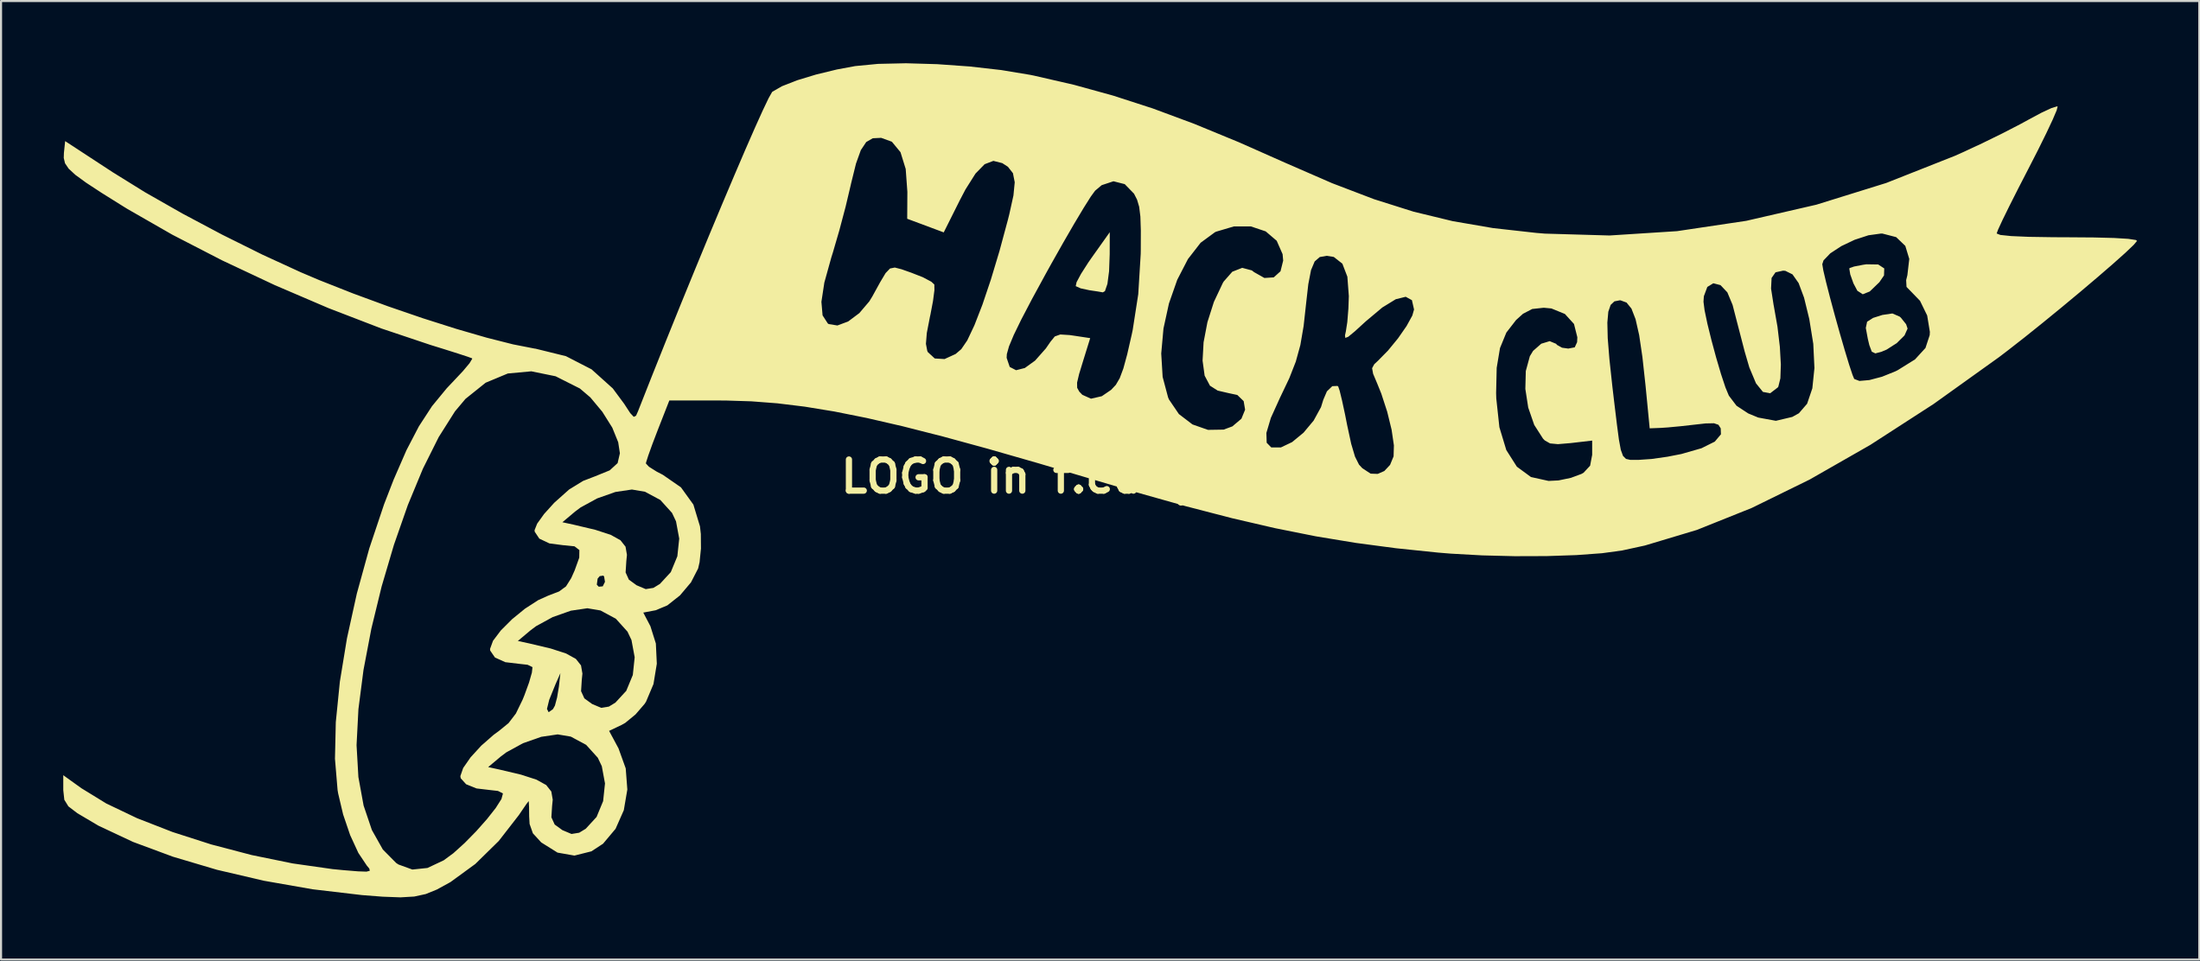
<source format=kicad_pcb>
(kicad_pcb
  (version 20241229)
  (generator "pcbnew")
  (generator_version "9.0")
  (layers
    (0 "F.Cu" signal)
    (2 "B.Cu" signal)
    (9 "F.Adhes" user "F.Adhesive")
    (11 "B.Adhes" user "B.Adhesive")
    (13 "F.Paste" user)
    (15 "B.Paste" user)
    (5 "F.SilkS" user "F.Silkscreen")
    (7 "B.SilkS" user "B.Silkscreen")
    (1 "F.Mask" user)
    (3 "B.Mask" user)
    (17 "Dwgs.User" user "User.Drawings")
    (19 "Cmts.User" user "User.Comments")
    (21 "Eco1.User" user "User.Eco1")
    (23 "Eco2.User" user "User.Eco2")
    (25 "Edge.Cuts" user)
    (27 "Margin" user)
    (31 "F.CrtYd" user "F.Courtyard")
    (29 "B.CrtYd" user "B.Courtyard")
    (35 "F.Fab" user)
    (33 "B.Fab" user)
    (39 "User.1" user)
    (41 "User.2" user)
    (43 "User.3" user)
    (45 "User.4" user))
  (footprint "LOGO in f.cu (copper)"
    (layer "F.Cu")
    (at 50.085 19.927)
    (property "Reference" "LOGO in f.cu (copper)" (at 0 0 0) (layer "F.SilkS") (effects (font (size 1.5 1.5) (thickness 0.3))))
    (attr board_only exclude_from_pos_files exclude_from_bom)
    (fp_poly (pts (xy 0.355 -10.721) (xy 0.325 -9.9) (xy 0.245 -9.288) (xy 0.125 -8.939) (xy 0.024 -8.881) (xy -0.218 -8.923) (xy -0.626 -8.984) (xy -1.047 -9.075) (xy -1.283 -9.181) (xy -1.242 -9.371) (xy -1.027 -9.773) (xy -0.681 -10.314) (xy -0.523 -10.542) (xy 0.358 -11.782)) (stroke (width 0) (type solid)) (fill yes) (layer "F.SilkS"))
    (fp_poly (pts (xy 37.399 -10.225) (xy 37.69 -10.035) (xy 37.679 -9.698) (xy 37.453 -9.368) (xy 36.99 -8.923) (xy 36.654 -8.788) (xy 36.393 -8.959) (xy 36.206 -9.312) (xy 36.052 -9.745) (xy 36.006 -10.019) (xy 36.018 -10.051) (xy 36.233 -10.126) (xy 36.668 -10.21) (xy 36.83 -10.234)) (stroke (width 0) (type solid)) (fill yes) (layer "F.SilkS"))
    (fp_poly (pts (xy 38.429 -7.714) (xy 38.491 -7.661) (xy 38.744 -7.344) (xy 38.815 -7.134) (xy 38.667 -6.805) (xy 38.294 -6.435) (xy 37.802 -6.12) (xy 37.565 -6.02) (xy 37.262 -5.938) (xy 37.09 -6.019) (xy 36.971 -6.335) (xy 36.898 -6.641) (xy 36.801 -7.165) (xy 36.864 -7.465) (xy 37.154 -7.65) (xy 37.603 -7.792) (xy 38.082 -7.863)) (stroke (width 0) (type solid)) (fill yes) (layer "F.SilkS"))
    (fp_poly (pts (xy -7.958 -19.883) (xy -6.395 -19.772) (xy -4.869 -19.599) (xy -3.478 -19.368) (xy -3.309 -19.334) (xy -1.368 -18.888) (xy 0.521 -18.367) (xy 2.429 -17.749) (xy 4.427 -17.007) (xy 6.585 -16.118) (xy 8.854 -15.112) (xy 11.075 -14.145) (xy 13.097 -13.373) (xy 15.007 -12.77) (xy 16.889 -12.314) (xy 18.831 -11.98) (xy 20.918 -11.747) (xy 21.331 -11.713) (xy 24.449 -11.623) (xy 27.702 -11.832) (xy 31.041 -12.33) (xy 34.418 -13.108) (xy 37.785 -14.155) (xy 41.093 -15.463) (xy 41.494 -15.642) (xy 42.418 -16.072) (xy 43.377 -16.542) (xy 44.234 -16.984) (xy 44.669 -17.221) (xy 45.268 -17.542) (xy 45.743 -17.763) (xy 46.016 -17.848) (xy 46.047 -17.841) (xy 46.001 -17.658) (xy 45.81 -17.21) (xy 45.5 -16.55) (xy 45.094 -15.728) (xy 44.629 -14.821) (xy 44.146 -13.884) (xy 43.726 -13.052) (xy 43.395 -12.378) (xy 43.181 -11.915) (xy 43.108 -11.72) (xy 43.285 -11.649) (xy 43.805 -11.595) (xy 44.656 -11.558) (xy 45.824 -11.54) (xy 46.522 -11.537) (xy 47.782 -11.528) (xy 48.767 -11.503) (xy 49.453 -11.461) (xy 49.82 -11.405) (xy 49.876 -11.362) (xy 49.713 -11.169) (xy 49.315 -10.79) (xy 48.725 -10.263) (xy 47.988 -9.625) (xy 47.149 -8.914) (xy 46.251 -8.167) (xy 45.339 -7.421) (xy 44.457 -6.713) (xy 43.649 -6.082) (xy 43.224 -5.758) (xy 40.065 -3.496) (xy 37.019 -1.527) (xy 34.096 0.144) (xy 31.305 1.513) (xy 28.654 2.575) (xy 26.154 3.325) (xy 25.046 3.566) (xy 24.084 3.697) (xy 22.847 3.787) (xy 21.419 3.835) (xy 19.881 3.84) (xy 18.314 3.801) (xy 16.802 3.717) (xy 16.188 3.667) (xy 14.16 3.457) (xy 12.215 3.199) (xy 10.289 2.881) (xy 8.322 2.488) (xy 6.252 2.008) (xy 4.018 1.429) (xy 1.558 0.736) (xy -0.358 0.169) (xy -3.098 -0.645) (xy -5.535 -1.344) (xy -7.702 -1.936) (xy -8.364 -2.104) (xy 7.908 -2.104) (xy 7.922 -1.631) (xy 8.142 -1.405) (xy 8.605 -1.403) (xy 9.147 -1.661) (xy 9.697 -2.114) (xy 10.185 -2.698) (xy 10.54 -3.346) (xy 10.651 -3.702) (xy 10.825 -4.108) (xy 11.084 -4.358) (xy 11.335 -4.369) (xy 11.371 -4.34) (xy 11.44 -4.138) (xy 11.555 -3.664) (xy 11.699 -2.996) (xy 11.8 -2.485) (xy 11.996 -1.577) (xy 12.179 -0.961) (xy 12.373 -0.574) (xy 12.531 -0.404) (xy 12.932 -0.14) (xy 13.274 -0.128) (xy 13.592 -0.267) (xy 13.869 -0.562) (xy 14.039 -0.974) (xy 14.054 -1.503) (xy 13.944 -2.255) (xy 13.732 -3.123) (xy 13.444 -4.006) (xy 13.436 -4.025) (xy 18.981 -4.025) (xy 18.989 -3.767) (xy 19.139 -2.378) (xy 19.472 -1.278) (xy 19.981 -0.476) (xy 20.661 0.023) (xy 21.509 0.211) (xy 21.99 0.187) (xy 22.584 0.063) (xy 23.092 -0.125) (xy 23.197 -0.184) (xy 23.512 -0.523) (xy 23.611 -1.047) (xy 23.611 -1.095) (xy 23.611 -1.734) (xy 22.577 -1.614) (xy 21.959 -1.562) (xy 21.581 -1.598) (xy 21.33 -1.739) (xy 21.243 -1.827) (xy 20.818 -2.49) (xy 20.529 -3.325) (xy 20.39 -4.226) (xy 20.412 -5.087) (xy 20.607 -5.802) (xy 20.762 -6.058) (xy 21.157 -6.405) (xy 21.564 -6.528) (xy 21.875 -6.4) (xy 21.912 -6.35) (xy 22.159 -6.212) (xy 22.459 -6.171) (xy 22.77 -6.23) (xy 22.885 -6.478) (xy 22.896 -6.716) (xy 22.735 -7.357) (xy 22.674 -7.424) (xy 24.343 -7.424) (xy 24.361 -6.672) (xy 24.443 -5.656) (xy 24.585 -4.34) (xy 24.675 -3.577) (xy 24.802 -2.529) (xy 24.9 -1.784) (xy 24.991 -1.29) (xy 25.098 -0.996) (xy 25.242 -0.851) (xy 25.446 -0.804) (xy 25.732 -0.804) (xy 25.865 -0.805) (xy 26.47 -0.847) (xy 27.24 -0.956) (xy 27.911 -1.087) (xy 28.883 -1.366) (xy 29.521 -1.684) (xy 29.818 -2.036) (xy 29.808 -2.323) (xy 29.699 -2.495) (xy 29.484 -2.57) (xy 29.075 -2.561) (xy 28.571 -2.505) (xy 27.879 -2.427) (xy 27.251 -2.368) (xy 26.92 -2.346) (xy 26.384 -2.325) (xy 26.184 -4.382) (xy 26.033 -5.763) (xy 25.877 -6.819) (xy 25.703 -7.587) (xy 25.504 -8.099) (xy 25.267 -8.39) (xy 25.16 -8.429) (xy 28.977 -8.429) (xy 29.029 -8.021) (xy 29.165 -7.37) (xy 29.361 -6.575) (xy 29.589 -5.731) (xy 29.823 -4.938) (xy 30.037 -4.292) (xy 30.2 -3.901) (xy 30.569 -3.414) (xy 31.133 -3.044) (xy 31.614 -2.845) (xy 32.467 -2.688) (xy 33.257 -2.875) (xy 33.575 -3.051) (xy 33.972 -3.511) (xy 34.224 -4.254) (xy 34.325 -5.232) (xy 34.269 -6.399) (xy 34.076 -7.597) (xy 33.825 -8.624) (xy 33.562 -9.329) (xy 33.267 -9.748) (xy 32.922 -9.919) (xy 32.813 -9.927) (xy 32.449 -9.847) (xy 32.26 -9.575) (xy 32.234 -9.065) (xy 32.357 -8.272) (xy 32.363 -8.245) (xy 32.543 -7.226) (xy 32.658 -6.254) (xy 32.706 -5.399) (xy 32.683 -4.736) (xy 32.585 -4.336) (xy 32.559 -4.297) (xy 32.192 -4.016) (xy 31.842 -4.081) (xy 31.508 -4.495) (xy 31.186 -5.262) (xy 30.962 -6.028) (xy 30.755 -6.827) (xy 30.555 -7.597) (xy 30.401 -8.194) (xy 30.378 -8.28) (xy 30.127 -8.881) (xy 29.796 -9.23) (xy 29.451 -9.319) (xy 29.162 -9.143) (xy 28.995 -8.693) (xy 28.977 -8.429) (xy 25.16 -8.429) (xy 24.982 -8.495) (xy 24.935 -8.496) (xy 24.683 -8.447) (xy 24.502 -8.276) (xy 24.389 -7.946) (xy 24.343 -7.424) (xy 22.674 -7.424) (xy 22.297 -7.839) (xy 21.646 -8.105) (xy 21.276 -8.139) (xy 20.721 -8.079) (xy 20.277 -7.848) (xy 19.943 -7.547) (xy 19.474 -6.941) (xy 19.168 -6.194) (xy 19.009 -5.242) (xy 18.981 -4.025) (xy 13.436 -4.025) (xy 13.25 -4.484) (xy 13.052 -4.955) (xy 13.003 -5.224) (xy 13.107 -5.416) (xy 13.279 -5.576) (xy 13.768 -6.073) (xy 14.252 -6.663) (xy 14.664 -7.256) (xy 14.942 -7.762) (xy 15.025 -8.055) (xy 14.923 -8.504) (xy 14.624 -8.668) (xy 14.143 -8.549) (xy 13.495 -8.151) (xy 12.698 -7.482) (xy 12.17 -7) (xy 11.856 -6.741) (xy 11.713 -6.684) (xy 11.696 -6.806) (xy 11.737 -6.992) (xy 11.808 -7.447) (xy 11.861 -8.104) (xy 11.882 -8.7) (xy 11.811 -9.636) (xy 11.58 -10.238) (xy 34.703 -10.238) (xy 34.752 -9.943) (xy 34.883 -9.385) (xy 35.073 -8.643) (xy 35.301 -7.795) (xy 35.546 -6.918) (xy 35.786 -6.091) (xy 35.998 -5.392) (xy 36.162 -4.899) (xy 36.243 -4.705) (xy 36.494 -4.61) (xy 36.972 -4.652) (xy 37.582 -4.813) (xy 38.229 -5.074) (xy 38.339 -5.129) (xy 39.173 -5.648) (xy 39.677 -6.199) (xy 39.881 -6.818) (xy 39.889 -6.977) (xy 39.759 -7.766) (xy 39.414 -8.473) (xy 38.999 -8.902) (xy 38.764 -9.143) (xy 38.746 -9.471) (xy 38.805 -9.71) (xy 38.896 -10.493) (xy 38.705 -11.121) (xy 38.264 -11.544) (xy 37.603 -11.715) (xy 37.531 -11.716) (xy 36.929 -11.633) (xy 36.261 -11.415) (xy 35.618 -11.109) (xy 35.089 -10.762) (xy 34.763 -10.422) (xy 34.703 -10.238) (xy 11.58 -10.238) (xy 11.571 -10.263) (xy 11.156 -10.589) (xy 10.816 -10.643) (xy 10.48 -10.584) (xy 10.235 -10.371) (xy 10.059 -9.952) (xy 9.928 -9.275) (xy 9.829 -8.405) (xy 9.702 -7.254) (xy 9.545 -6.34) (xy 9.326 -5.543) (xy 9.012 -4.741) (xy 8.57 -3.813) (xy 8.569 -3.812) (xy 8.123 -2.827) (xy 7.908 -2.104) (xy -8.364 -2.104) (xy -9.634 -2.427) (xy -11.362 -2.825) (xy -12.921 -3.137) (xy -14.344 -3.37) (xy -15.664 -3.531) (xy -16.915 -3.627) (xy -18.131 -3.665) (xy -18.418 -3.667) (xy -20.872 -3.667) (xy -21.437 -2.224) (xy -21.692 -1.556) (xy -21.887 -1.013) (xy -21.992 -0.683) (xy -22.001 -0.631) (xy -21.854 -0.473) (xy -21.478 -0.236) (xy -21.185 -0.084) (xy -20.311 0.521) (xy -19.712 1.352) (xy -19.394 2.403) (xy -19.353 2.77) (xy -19.347 3.47) (xy -19.414 4.13) (xy -19.484 4.433) (xy -19.828 5.102) (xy -20.356 5.728) (xy -20.968 6.212) (xy -21.528 6.446) (xy -22.127 6.559) (xy -21.784 7.215) (xy -21.521 8.05) (xy -21.475 9.025) (xy -21.636 10.005) (xy -21.994 10.854) (xy -22.066 10.965) (xy -22.501 11.469) (xy -22.997 11.877) (xy -23.172 11.976) (xy -23.775 12.262) (xy -23.321 13.107) (xy -22.974 14.07) (xy -22.896 15.09) (xy -23.066 16.087) (xy -23.463 16.984) (xy -24.067 17.703) (xy -24.628 18.07) (xy -25.445 18.275) (xy -26.261 18.132) (xy -27.038 17.646) (xy -27.058 17.628) (xy -27.449 17.201) (xy -27.607 16.751) (xy -27.628 16.385) (xy -27.633 15.93) (xy -27.647 15.673) (xy -27.653 15.651) (xy -27.757 15.785) (xy -27.99 16.124) (xy -28.124 16.322) (xy -29.094 17.571) (xy -30.225 18.68) (xy -31.412 19.546) (xy -31.488 19.59) (xy -32.079 19.913) (xy -32.61 20.129) (xy -33.166 20.25) (xy -33.831 20.289) (xy -34.69 20.257) (xy -35.685 20.18) (xy -38.065 19.9) (xy -40.416 19.488) (xy -42.68 18.959) (xy -44.801 18.329) (xy -46.723 17.616) (xy -48.387 16.835) (xy -49.405 16.233) (xy -49.838 15.903) (xy -50.035 15.584) (xy -50.084 15.13) (xy -50.085 15.091) (xy -50.085 14.4) (xy -49.21 15.028) (xy -48.013 15.763) (xy -46.526 16.473) (xy -44.817 17.139) (xy -42.952 17.738) (xy -41 18.25) (xy -39.029 18.653) (xy -37.105 18.927) (xy -36.58 18.978) (xy -35.876 19.035) (xy -35.471 19.049) (xy -35.31 19.008) (xy -35.334 18.902) (xy -35.453 18.758) (xy -35.862 18.146) (xy -36.257 17.288) (xy -36.595 16.295) (xy -36.836 15.276) (xy -36.863 15.115) (xy -36.989 13.604) (xy -36.974 12.968) (xy -35.947 12.968) (xy -35.86 14.487) (xy -35.609 15.861) (xy -35.21 17.042) (xy -34.681 17.982) (xy -34.038 18.632) (xy -33.927 18.705) (xy -33.258 18.948) (xy -32.53 18.872) (xy -31.75 18.505) (xy -31.28 18.159) (xy -30.74 17.671) (xy -30.183 17.104) (xy -29.665 16.52) (xy -29.24 15.981) (xy -28.965 15.549) (xy -28.894 15.289) (xy -28.901 15.273) (xy -29.133 15.158) (xy -29.513 15.115) (xy -30.165 15.038) (xy -30.666 14.836) (xy -30.927 14.549) (xy -30.945 14.444) (xy -30.81 14.054) (xy -30.779 14.008) (xy -29.604 14.008) (xy -29.067 14.125) (xy -28.017 14.374) (xy -27.278 14.613) (xy -26.807 14.874) (xy -26.56 15.187) (xy -26.492 15.581) (xy -26.523 15.886) (xy -26.557 16.429) (xy -26.398 16.778) (xy -26.026 17.048) (xy -25.587 17.233) (xy -25.217 17.173) (xy -24.902 16.982) (xy -24.379 16.413) (xy -24.063 15.649) (xy -23.973 14.796) (xy -24.127 13.964) (xy -24.32 13.558) (xy -24.882 12.936) (xy -25.621 12.539) (xy -26.254 12.432) (xy -27.047 12.549) (xy -27.926 12.858) (xy -28.728 13.297) (xy -28.992 13.495) (xy -29.604 14.008) (xy -30.779 14.008) (xy -30.452 13.538) (xy -29.939 12.977) (xy -29.34 12.452) (xy -29.09 12.269) (xy -28.621 11.887) (xy -28.268 11.425) (xy -28.161 11.204) (xy -26.77 11.204) (xy -26.692 11.358) (xy -26.683 11.358) (xy -26.482 11.215) (xy -26.387 11.045) (xy -26.282 10.653) (xy -26.196 10.133) (xy -26.193 10.106) (xy -26.122 9.48) (xy -26.364 10.028) (xy -26.661 10.763) (xy -26.77 11.204) (xy -28.161 11.204) (xy -27.947 10.764) (xy -27.857 10.544) (xy -27.635 9.935) (xy -27.497 9.453) (xy -27.469 9.196) (xy -27.473 9.186) (xy -27.703 9.075) (xy -28.082 9.033) (xy -28.779 8.95) (xy -29.277 8.725) (xy -29.506 8.391) (xy -29.514 8.31) (xy -29.374 7.927) (xy -28.173 7.927) (xy -27.636 8.043) (xy -26.586 8.292) (xy -25.847 8.532) (xy -25.376 8.793) (xy -25.129 9.105) (xy -25.061 9.499) (xy -25.092 9.805) (xy -25.126 10.348) (xy -24.967 10.696) (xy -24.595 10.966) (xy -24.156 11.151) (xy -23.786 11.092) (xy -23.471 10.9) (xy -22.948 10.332) (xy -22.632 9.567) (xy -22.542 8.714) (xy -22.696 7.882) (xy -22.889 7.477) (xy -23.451 6.854) (xy -24.19 6.457) (xy -24.823 6.35) (xy -25.616 6.467) (xy -26.495 6.777) (xy -27.297 7.215) (xy -27.561 7.413) (xy -28.173 7.927) (xy -29.374 7.927) (xy -29.371 7.919) (xy -28.993 7.419) (xy -28.454 6.88) (xy -27.83 6.371) (xy -27.196 5.961) (xy -26.725 5.748) (xy -26.187 5.541) (xy -25.853 5.296) (xy -25.8 5.213) (xy -24.368 5.213) (xy -24.273 5.312) (xy -24.081 5.293) (xy -23.974 5.076) (xy -24.016 4.822) (xy -24.052 4.776) (xy -24.226 4.801) (xy -24.327 4.919) (xy -24.368 5.213) (xy -25.8 5.213) (xy -25.602 4.898) (xy -25.435 4.524) (xy -25.214 3.911) (xy -25.208 3.544) (xy -25.442 3.364) (xy -25.942 3.312) (xy -25.97 3.312) (xy -26.651 3.224) (xy -27.139 2.993) (xy -27.361 2.658) (xy -27.368 2.586) (xy -27.243 2.271) (xy -27.194 2.203) (xy -26.026 2.203) (xy -25.489 2.319) (xy -24.439 2.568) (xy -23.701 2.808) (xy -23.23 3.069) (xy -22.983 3.381) (xy -22.915 3.775) (xy -22.945 4.081) (xy -22.979 4.624) (xy -22.821 4.972) (xy -22.449 5.242) (xy -22.009 5.427) (xy -21.639 5.368) (xy -21.325 5.176) (xy -20.801 4.608) (xy -20.485 3.843) (xy -20.395 2.991) (xy -20.55 2.158) (xy -20.742 1.753) (xy -21.305 1.13) (xy -22.043 0.733) (xy -22.676 0.626) (xy -23.469 0.743) (xy -24.349 1.053) (xy -25.151 1.491) (xy -25.415 1.689) (xy -26.026 2.203) (xy -27.194 2.203) (xy -26.908 1.804) (xy -26.425 1.27) (xy -26.414 1.259) (xy -25.704 0.625) (xy -25.03 0.211) (xy -24.441 -0.016) (xy -23.746 -0.299) (xy -23.365 -0.647) (xy -23.255 -1.122) (xy -23.336 -1.655) (xy -23.622 -2.359) (xy -24.103 -3.125) (xy -24.679 -3.816) (xy -25.182 -4.245) (xy -26.353 -4.835) (xy -27.522 -5.074) (xy -28.657 -4.969) (xy -29.726 -4.524) (xy -30.697 -3.746) (xy -31.204 -3.143) (xy -31.987 -1.905) (xy -32.751 -0.375) (xy -33.478 1.379) (xy -34.147 3.293) (xy -34.739 5.299) (xy -35.234 7.332) (xy -35.614 9.326) (xy -35.858 11.213) (xy -35.947 12.928) (xy -35.947 12.968) (xy -36.974 12.968) (xy -36.949 11.843) (xy -36.753 9.889) (xy -36.411 7.802) (xy -35.935 5.643) (xy -35.336 3.469) (xy -34.623 1.341) (xy -34.163 0.154) (xy -33.543 -1.27) (xy -32.942 -2.424) (xy -32.311 -3.393) (xy -31.6 -4.258) (xy -31.273 -4.603) (xy -30.82 -5.085) (xy -30.502 -5.465) (xy -30.373 -5.678) (xy -30.379 -5.7) (xy -30.589 -5.777) (xy -31.066 -5.933) (xy -31.736 -6.145) (xy -32.376 -6.343) (xy -34.759 -7.142) (xy -37.294 -8.118) (xy -39.882 -9.226) (xy -42.426 -10.422) (xy -44.825 -11.659) (xy -46.981 -12.895) (xy -47.223 -13.044) (xy -48.238 -13.679) (xy -48.984 -14.168) (xy -49.501 -14.545) (xy -49.827 -14.846) (xy -50.001 -15.105) (xy -50.062 -15.36) (xy -50.054 -15.603) (xy -49.995 -16.173) (xy -47.706 -14.676) (xy -46.143 -13.707) (xy -44.347 -12.684) (xy -42.426 -11.663) (xy -40.486 -10.699) (xy -38.635 -9.849) (xy -37.742 -9.47) (xy -36.114 -8.827) (xy -34.43 -8.208) (xy -32.753 -7.633) (xy -31.146 -7.122) (xy -29.673 -6.695) (xy -28.397 -6.372) (xy -27.379 -6.173) (xy -27.315 -6.164) (xy -25.855 -5.804) (xy -24.62 -5.169) (xy -23.598 -4.25) (xy -23.05 -3.51) (xy -22.756 -3.059) (xy -22.586 -2.878) (xy -22.478 -2.931) (xy -22.381 -3.149) (xy -21.724 -4.814) (xy -21.042 -6.521) (xy -20.349 -8.236) (xy -20.272 -8.425) (xy -13.541 -8.425) (xy -13.485 -7.772) (xy -13.233 -7.382) (xy -13.19 -7.352) (xy -12.771 -7.284) (xy -12.252 -7.477) (xy -11.714 -7.88) (xy -11.234 -8.444) (xy -11.091 -8.677) (xy -10.708 -9.373) (xy -10.447 -9.81) (xy -10.235 -10.031) (xy -10.003 -10.078) (xy -9.68 -9.995) (xy -9.207 -9.828) (xy -8.648 -9.609) (xy -8.242 -9.393) (xy -8.098 -9.259) (xy -8.094 -8.987) (xy -8.161 -8.47) (xy -8.285 -7.814) (xy -8.31 -7.701) (xy -8.461 -6.92) (xy -8.503 -6.398) (xy -8.438 -6.057) (xy -8.411 -6) (xy -8.077 -5.693) (xy -7.604 -5.665) (xy -7.477 -5.724) (xy -4.613 -5.724) (xy -4.464 -5.285) (xy -4.157 -5.127) (xy -3.736 -5.234) (xy -3.243 -5.589) (xy -2.723 -6.177) (xy -2.499 -6.501) (xy -2.292 -6.755) (xy -2.027 -6.85) (xy -1.578 -6.822) (xy -1.407 -6.798) (xy -0.585 -6.674) (xy -0.918 -5.602) (xy -1.12 -4.941) (xy -1.217 -4.53) (xy -1.213 -4.279) (xy -1.111 -4.095) (xy -0.965 -3.942) (xy -0.547 -3.754) (xy -0.025 -3.874) (xy 0.423 -4.18) (xy 0.649 -4.42) (xy 0.838 -4.742) (xy 1.013 -5.21) (xy 1.198 -5.889) (xy 1.208 -5.933) (xy 2.839 -5.933) (xy 2.907 -4.803) (xy 3.169 -3.818) (xy 3.213 -3.715) (xy 3.69 -3.013) (xy 4.345 -2.513) (xy 5.092 -2.251) (xy 5.846 -2.263) (xy 6.268 -2.419) (xy 6.704 -2.788) (xy 6.882 -3.224) (xy 6.812 -3.637) (xy 6.507 -3.933) (xy 6.075 -4.025) (xy 5.559 -4.145) (xy 5.187 -4.382) (xy 4.931 -4.866) (xy 4.832 -5.588) (xy 4.88 -6.472) (xy 5.065 -7.441) (xy 5.376 -8.417) (xy 5.803 -9.324) (xy 5.847 -9.4) (xy 6.265 -9.876) (xy 6.743 -10.063) (xy 7.208 -9.939) (xy 7.31 -9.859) (xy 7.811 -9.575) (xy 8.261 -9.603) (xy 8.588 -9.897) (xy 8.717 -10.412) (xy 8.689 -10.723) (xy 8.405 -11.368) (xy 7.875 -11.821) (xy 7.165 -12.059) (xy 6.344 -12.061) (xy 5.48 -11.805) (xy 5.43 -11.781) (xy 4.739 -11.274) (xy 4.126 -10.485) (xy 3.61 -9.485) (xy 3.211 -8.345) (xy 2.947 -7.138) (xy 2.839 -5.933) (xy 1.208 -5.933) (xy 1.416 -6.843) (xy 1.463 -7.065) (xy 1.732 -8.796) (xy 1.85 -10.732) (xy 1.853 -10.911) (xy 1.856 -11.863) (xy 1.834 -12.534) (xy 1.776 -13.005) (xy 1.674 -13.351) (xy 1.527 -13.639) (xy 1.08 -14.099) (xy 0.537 -14.237) (xy -0.031 -14.049) (xy -0.349 -13.782) (xy -0.554 -13.501) (xy -0.898 -12.956) (xy -1.35 -12.201) (xy -1.879 -11.287) (xy -2.455 -10.267) (xy -2.713 -9.802) (xy -3.396 -8.548) (xy -3.91 -7.565) (xy -4.272 -6.821) (xy -4.498 -6.279) (xy -4.603 -5.906) (xy -4.613 -5.724) (xy -7.477 -5.724) (xy -7.073 -5.909) (xy -6.8 -6.141) (xy -6.51 -6.566) (xy -6.165 -7.297) (xy -5.78 -8.288) (xy -5.373 -9.496) (xy -4.958 -10.874) (xy -4.552 -12.38) (xy -4.484 -12.649) (xy -4.285 -13.552) (xy -4.223 -14.189) (xy -4.309 -14.627) (xy -4.551 -14.935) (xy -4.823 -15.112) (xy -5.252 -15.22) (xy -5.673 -15.06) (xy -6.113 -14.609) (xy -6.596 -13.844) (xy -6.869 -13.323) (xy -7.645 -11.772) (xy -8.525 -12.101) (xy -9.406 -12.429) (xy -9.398 -13.727) (xy -9.478 -14.83) (xy -9.729 -15.639) (xy -10.145 -16.144) (xy -10.661 -16.331) (xy -11.065 -16.311) (xy -11.381 -16.129) (xy -11.641 -15.738) (xy -11.874 -15.09) (xy -12.109 -14.139) (xy -12.137 -14.015) (xy -12.375 -13.01) (xy -12.676 -11.874) (xy -12.985 -10.814) (xy -13.063 -10.565) (xy -13.4 -9.352) (xy -13.541 -8.425) (xy -20.272 -8.425) (xy -19.658 -9.926) (xy -18.985 -11.557) (xy -18.342 -13.096) (xy -17.744 -14.51) (xy -17.206 -15.766) (xy -16.74 -16.83) (xy -16.361 -17.668) (xy -16.084 -18.248) (xy -15.921 -18.536) (xy -15.902 -18.556) (xy -15.443 -18.82) (xy -14.715 -19.105) (xy -13.804 -19.382) (xy -12.796 -19.627) (xy -11.912 -19.791) (xy -10.814 -19.897) (xy -9.464 -19.927)) (stroke (width 0) (type solid)) (fill yes) (layer "F.SilkS")))
  (gr_rect
    (start -3 -3)
    (end 102.96 43.216)
    (stroke (width 0.1) (type default))
    (fill no)
    (layer "Edge.Cuts")))
</source>
